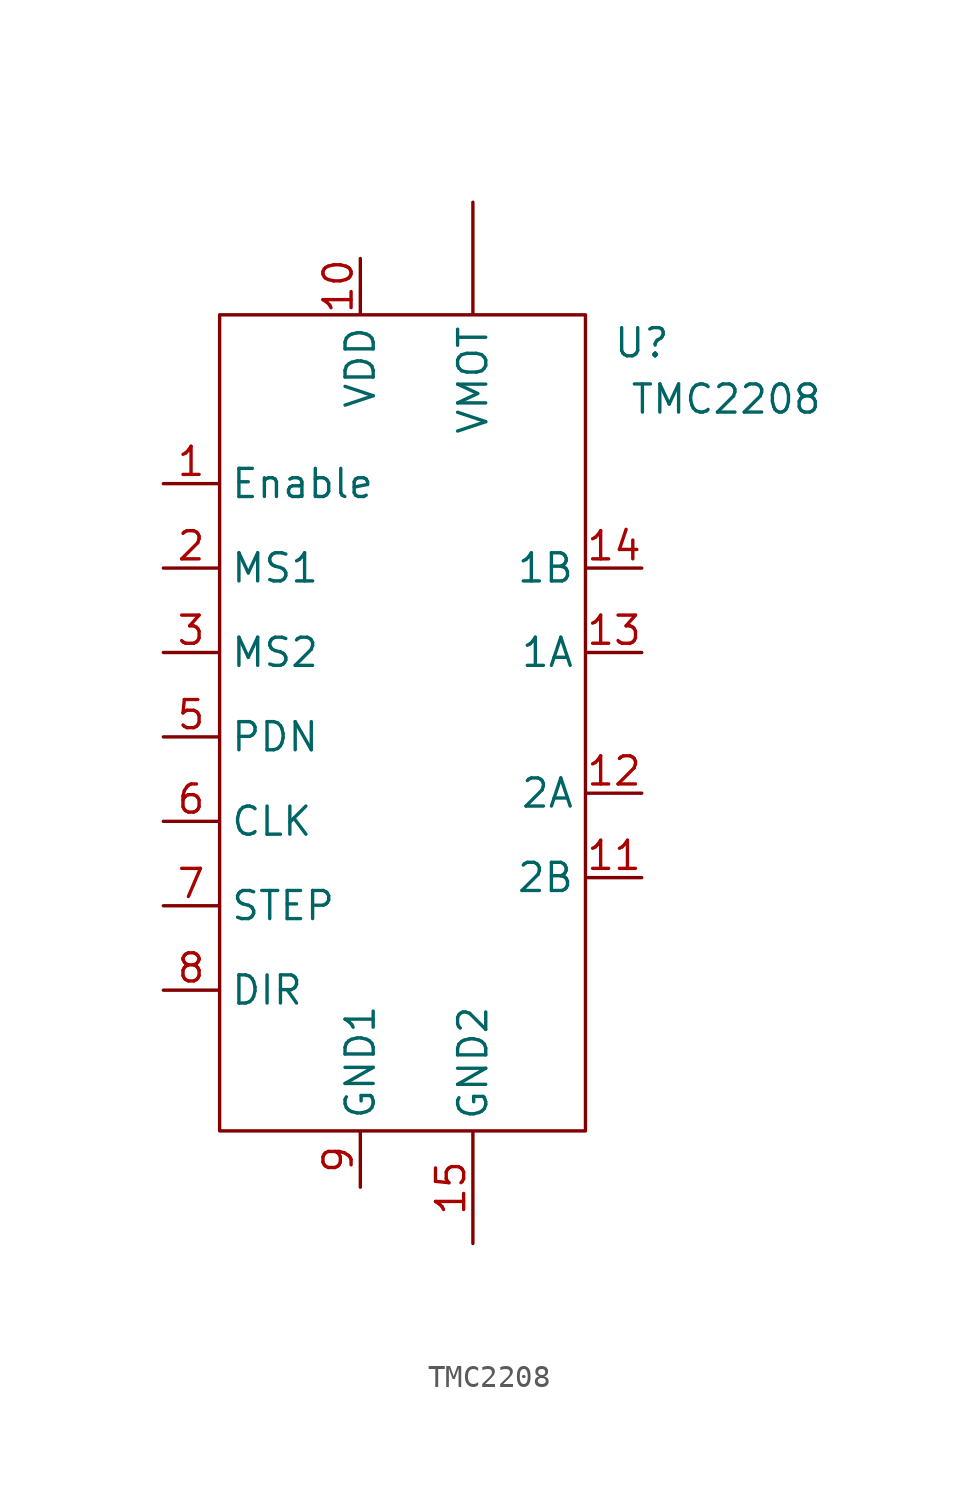
<source format=kicad_sym>
(kicad_symbol_lib
  (version 20231120)
  (generator "kicad_symbol_editor")
  (generator_version "8.0")
  (symbol "TMC2208"
    (property "Reference" "U"
      (at 11.43 6.35 0)
      (effects (font (size 1.27 1.27))))
    (property "Value" "TMC2208"
      (at 15.24 3.81 0)
      (effects (font (size 1.27 1.27))))
    (symbol "TMC2208_0_1"
      (rectangle (start -7.62 7.62) (end 8.89 -29.21) (stroke (width 0) (type default)) (fill (type none))))
    (symbol "TMC2208_1_1"
      (pin input line (at 3.81 12.7 270) (length 5) (name "VMOT" (effects (font (size 1.27 1.27)))) (number "" (effects (font (size 1.27 1.27)))))
      (pin input line (at -10.16 0 0) (length 2.5) (name "Enable" (effects (font (size 1.27 1.27)))) (number "1" (effects (font (size 1.27 1.27)))))
      (pin input line (at -1.27 10.16 270) (length 2.5) (name "VDD" (effects (font (size 1.27 1.27)))) (number "10" (effects (font (size 1.27 1.27)))))
      (pin output line (at 11.43 -17.78 180) (length 2.5) (name "2B" (effects (font (size 1.27 1.27)))) (number "11" (effects (font (size 1.27 1.27)))))
      (pin output line (at 11.43 -13.97 180) (length 2.5) (name "2A" (effects (font (size 1.27 1.27)))) (number "12" (effects (font (size 1.27 1.27)))))
      (pin output line (at 11.43 -7.62 180) (length 2.5) (name "1A" (effects (font (size 1.27 1.27)))) (number "13" (effects (font (size 1.27 1.27)))))
      (pin output line (at 11.43 -3.81 180) (length 2.5) (name "1B" (effects (font (size 1.27 1.27)))) (number "14" (effects (font (size 1.27 1.27)))))
      (pin input line (at 3.81 -34.29 90) (length 5) (name "GND2" (effects (font (size 1.27 1.27)))) (number "15" (effects (font (size 1.27 1.27)))))
      (pin input line (at -10.16 -3.81 0) (length 2.5) (name "MS1" (effects (font (size 1.27 1.27)))) (number "2" (effects (font (size 1.27 1.27)))))
      (pin input line (at -10.16 -7.62 0) (length 2.5) (name "MS2" (effects (font (size 1.27 1.27)))) (number "3" (effects (font (size 1.27 1.27)))))
      (pin input line (at -10.16 -11.43 0) (length 2.5) (name "PDN" (effects (font (size 1.27 1.27)))) (number "5" (effects (font (size 1.27 1.27)))))
      (pin input line (at -10.16 -15.24 0) (length 2.5) (name "CLK" (effects (font (size 1.27 1.27)))) (number "6" (effects (font (size 1.27 1.27)))))
      (pin input line (at -10.16 -19.05 0) (length 2.5) (name "STEP" (effects (font (size 1.27 1.27)))) (number "7" (effects (font (size 1.27 1.27)))))
      (pin input line (at -10.16 -22.86 0) (length 2.5) (name "DIR" (effects (font (size 1.27 1.27)))) (number "8" (effects (font (size 1.27 1.27)))))
      (pin input line (at -1.27 -31.75 90) (length 2.5) (name "GND1" (effects (font (size 1.27 1.27)))) (number "9" (effects (font (size 1.27 1.27))))))))
</source>
